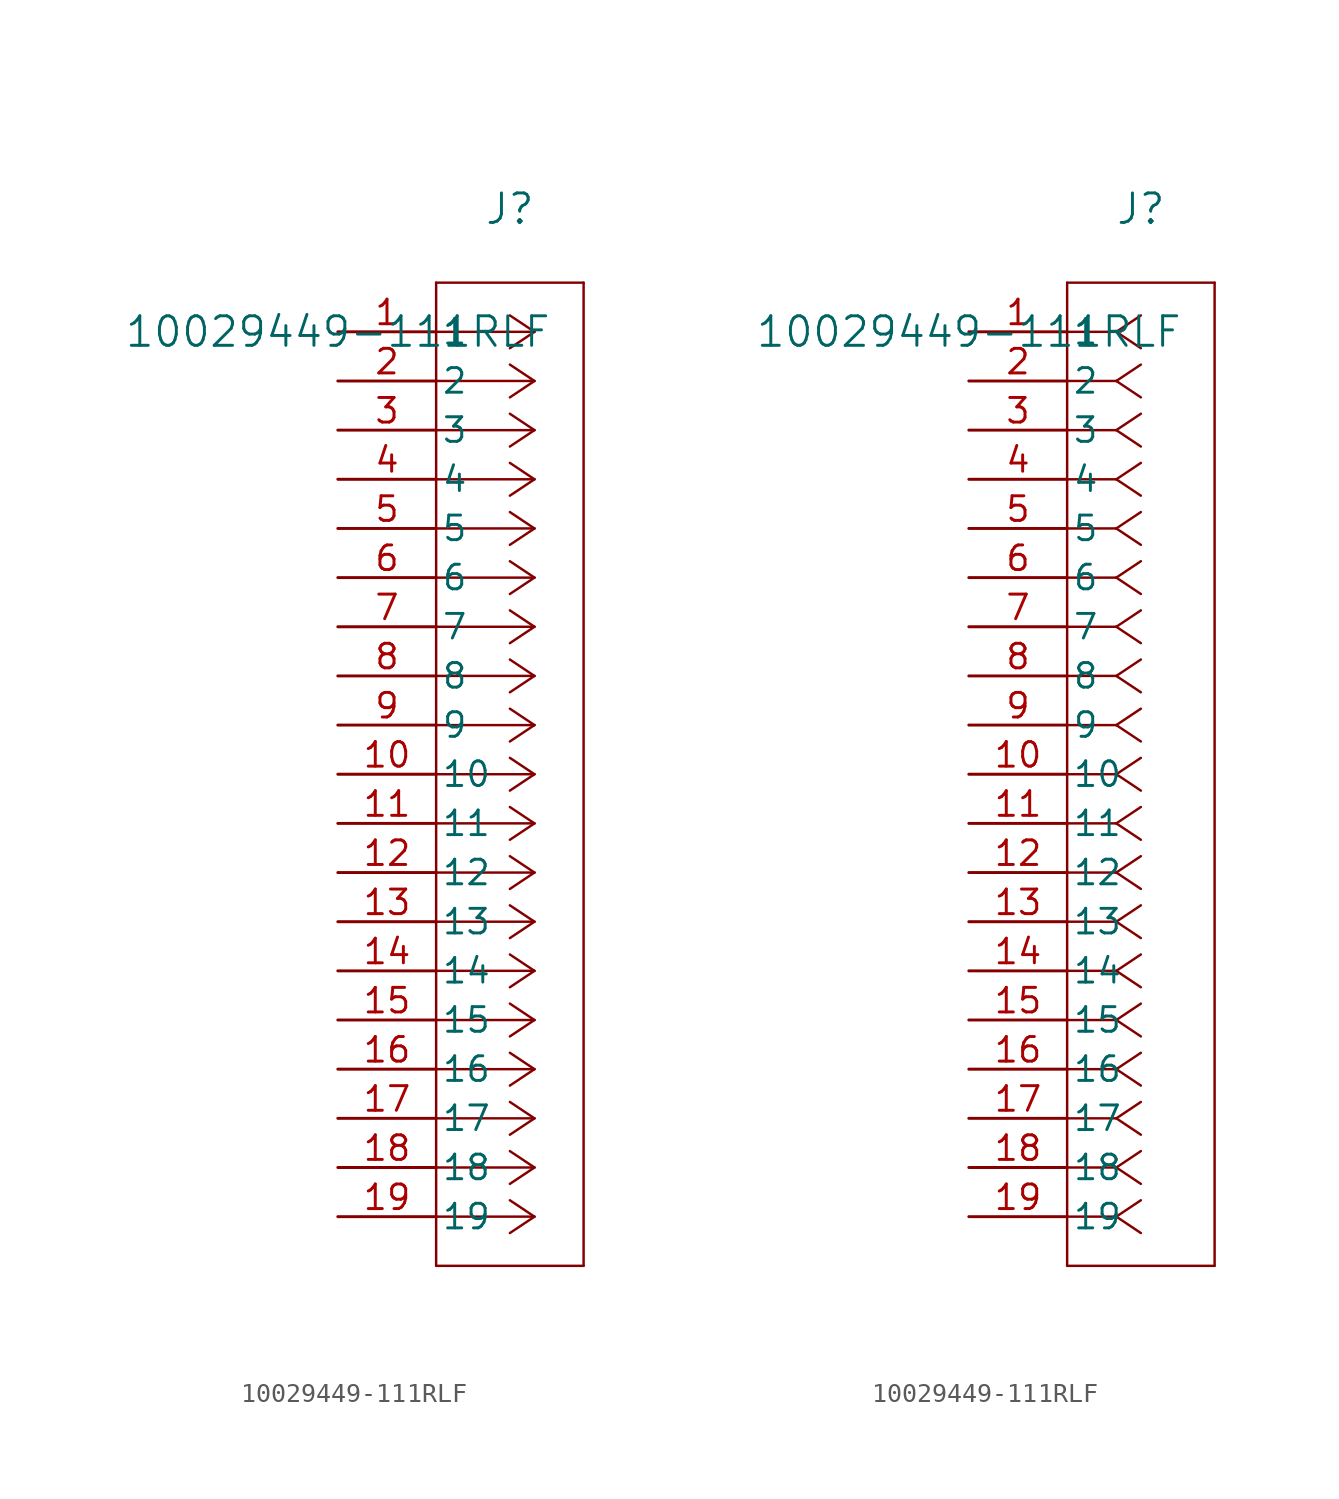
<source format=kicad_sym>
(kicad_symbol_lib
  (version 20211014)
  (generator kicad_symbol_editor)
  (symbol "10029449-111RLF"
    (pin_names
      (offset 0.254))
    (property "Reference" "J"
      (at 8.89 6.35 0)
      (effects (font (size 1.524 1.524))))
    (property "Value" "10029449-111RLF"
      (at 0 0 0)
      (effects (font (size 1.524 1.524))))
    (symbol "10029449-111RLF_1_1"
      (polyline (pts (xy 10.16 0) (xy 5.08 0)) (stroke (width 0.127) (type default) (color 0 0 0 0)) (fill (type none)))
      (polyline (pts (xy 10.16 -2.54) (xy 5.08 -2.54)) (stroke (width 0.127) (type default) (color 0 0 0 0)) (fill (type none)))
      (polyline (pts (xy 10.16 -5.08) (xy 5.08 -5.08)) (stroke (width 0.127) (type default) (color 0 0 0 0)) (fill (type none)))
      (polyline (pts (xy 10.16 -7.62) (xy 5.08 -7.62)) (stroke (width 0.127) (type default) (color 0 0 0 0)) (fill (type none)))
      (polyline (pts (xy 10.16 -10.16) (xy 5.08 -10.16)) (stroke (width 0.127) (type default) (color 0 0 0 0)) (fill (type none)))
      (polyline (pts (xy 10.16 -12.7) (xy 5.08 -12.7)) (stroke (width 0.127) (type default) (color 0 0 0 0)) (fill (type none)))
      (polyline (pts (xy 10.16 -15.24) (xy 5.08 -15.24)) (stroke (width 0.127) (type default) (color 0 0 0 0)) (fill (type none)))
      (polyline (pts (xy 10.16 -17.78) (xy 5.08 -17.78)) (stroke (width 0.127) (type default) (color 0 0 0 0)) (fill (type none)))
      (polyline (pts (xy 10.16 -20.32) (xy 5.08 -20.32)) (stroke (width 0.127) (type default) (color 0 0 0 0)) (fill (type none)))
      (polyline (pts (xy 10.16 -22.86) (xy 5.08 -22.86)) (stroke (width 0.127) (type default) (color 0 0 0 0)) (fill (type none)))
      (polyline (pts (xy 10.16 -25.4) (xy 5.08 -25.4)) (stroke (width 0.127) (type default) (color 0 0 0 0)) (fill (type none)))
      (polyline (pts (xy 10.16 -27.94) (xy 5.08 -27.94)) (stroke (width 0.127) (type default) (color 0 0 0 0)) (fill (type none)))
      (polyline (pts (xy 10.16 -30.48) (xy 5.08 -30.48)) (stroke (width 0.127) (type default) (color 0 0 0 0)) (fill (type none)))
      (polyline (pts (xy 10.16 -33.02) (xy 5.08 -33.02)) (stroke (width 0.127) (type default) (color 0 0 0 0)) (fill (type none)))
      (polyline (pts (xy 10.16 -35.56) (xy 5.08 -35.56)) (stroke (width 0.127) (type default) (color 0 0 0 0)) (fill (type none)))
      (polyline (pts (xy 10.16 -38.1) (xy 5.08 -38.1)) (stroke (width 0.127) (type default) (color 0 0 0 0)) (fill (type none)))
      (polyline (pts (xy 10.16 -40.64) (xy 5.08 -40.64)) (stroke (width 0.127) (type default) (color 0 0 0 0)) (fill (type none)))
      (polyline (pts (xy 10.16 -43.18) (xy 5.08 -43.18)) (stroke (width 0.127) (type default) (color 0 0 0 0)) (fill (type none)))
      (polyline (pts (xy 10.16 -45.72) (xy 5.08 -45.72)) (stroke (width 0.127) (type default) (color 0 0 0 0)) (fill (type none)))
      (polyline (pts (xy 10.16 0) (xy 8.89 0.847)) (stroke (width 0.127) (type default) (color 0 0 0 0)) (fill (type none)))
      (polyline (pts (xy 10.16 -2.54) (xy 8.89 -1.693)) (stroke (width 0.127) (type default) (color 0 0 0 0)) (fill (type none)))
      (polyline (pts (xy 10.16 -5.08) (xy 8.89 -4.233)) (stroke (width 0.127) (type default) (color 0 0 0 0)) (fill (type none)))
      (polyline (pts (xy 10.16 -7.62) (xy 8.89 -6.773)) (stroke (width 0.127) (type default) (color 0 0 0 0)) (fill (type none)))
      (polyline (pts (xy 10.16 -10.16) (xy 8.89 -9.313)) (stroke (width 0.127) (type default) (color 0 0 0 0)) (fill (type none)))
      (polyline (pts (xy 10.16 -12.7) (xy 8.89 -11.853)) (stroke (width 0.127) (type default) (color 0 0 0 0)) (fill (type none)))
      (polyline (pts (xy 10.16 -15.24) (xy 8.89 -14.393)) (stroke (width 0.127) (type default) (color 0 0 0 0)) (fill (type none)))
      (polyline (pts (xy 10.16 -17.78) (xy 8.89 -16.933)) (stroke (width 0.127) (type default) (color 0 0 0 0)) (fill (type none)))
      (polyline (pts (xy 10.16 -20.32) (xy 8.89 -19.473)) (stroke (width 0.127) (type default) (color 0 0 0 0)) (fill (type none)))
      (polyline (pts (xy 10.16 -22.86) (xy 8.89 -22.013)) (stroke (width 0.127) (type default) (color 0 0 0 0)) (fill (type none)))
      (polyline (pts (xy 10.16 -25.4) (xy 8.89 -24.553)) (stroke (width 0.127) (type default) (color 0 0 0 0)) (fill (type none)))
      (polyline (pts (xy 10.16 -27.94) (xy 8.89 -27.093)) (stroke (width 0.127) (type default) (color 0 0 0 0)) (fill (type none)))
      (polyline (pts (xy 10.16 -30.48) (xy 8.89 -29.633)) (stroke (width 0.127) (type default) (color 0 0 0 0)) (fill (type none)))
      (polyline (pts (xy 10.16 -33.02) (xy 8.89 -32.173)) (stroke (width 0.127) (type default) (color 0 0 0 0)) (fill (type none)))
      (polyline (pts (xy 10.16 -35.56) (xy 8.89 -34.713)) (stroke (width 0.127) (type default) (color 0 0 0 0)) (fill (type none)))
      (polyline (pts (xy 10.16 -38.1) (xy 8.89 -37.253)) (stroke (width 0.127) (type default) (color 0 0 0 0)) (fill (type none)))
      (polyline (pts (xy 10.16 -40.64) (xy 8.89 -39.793)) (stroke (width 0.127) (type default) (color 0 0 0 0)) (fill (type none)))
      (polyline (pts (xy 10.16 -43.18) (xy 8.89 -42.333)) (stroke (width 0.127) (type default) (color 0 0 0 0)) (fill (type none)))
      (polyline (pts (xy 10.16 -45.72) (xy 8.89 -44.873)) (stroke (width 0.127) (type default) (color 0 0 0 0)) (fill (type none)))
      (polyline (pts (xy 10.16 0) (xy 8.89 -0.847)) (stroke (width 0.127) (type default) (color 0 0 0 0)) (fill (type none)))
      (polyline (pts (xy 10.16 -2.54) (xy 8.89 -3.387)) (stroke (width 0.127) (type default) (color 0 0 0 0)) (fill (type none)))
      (polyline (pts (xy 10.16 -5.08) (xy 8.89 -5.927)) (stroke (width 0.127) (type default) (color 0 0 0 0)) (fill (type none)))
      (polyline (pts (xy 10.16 -7.62) (xy 8.89 -8.467)) (stroke (width 0.127) (type default) (color 0 0 0 0)) (fill (type none)))
      (polyline (pts (xy 10.16 -10.16) (xy 8.89 -11.007)) (stroke (width 0.127) (type default) (color 0 0 0 0)) (fill (type none)))
      (polyline (pts (xy 10.16 -12.7) (xy 8.89 -13.547)) (stroke (width 0.127) (type default) (color 0 0 0 0)) (fill (type none)))
      (polyline (pts (xy 10.16 -15.24) (xy 8.89 -16.087)) (stroke (width 0.127) (type default) (color 0 0 0 0)) (fill (type none)))
      (polyline (pts (xy 10.16 -17.78) (xy 8.89 -18.627)) (stroke (width 0.127) (type default) (color 0 0 0 0)) (fill (type none)))
      (polyline (pts (xy 10.16 -20.32) (xy 8.89 -21.167)) (stroke (width 0.127) (type default) (color 0 0 0 0)) (fill (type none)))
      (polyline (pts (xy 10.16 -22.86) (xy 8.89 -23.707)) (stroke (width 0.127) (type default) (color 0 0 0 0)) (fill (type none)))
      (polyline (pts (xy 10.16 -25.4) (xy 8.89 -26.247)) (stroke (width 0.127) (type default) (color 0 0 0 0)) (fill (type none)))
      (polyline (pts (xy 10.16 -27.94) (xy 8.89 -28.787)) (stroke (width 0.127) (type default) (color 0 0 0 0)) (fill (type none)))
      (polyline (pts (xy 10.16 -30.48) (xy 8.89 -31.327)) (stroke (width 0.127) (type default) (color 0 0 0 0)) (fill (type none)))
      (polyline (pts (xy 10.16 -33.02) (xy 8.89 -33.867)) (stroke (width 0.127) (type default) (color 0 0 0 0)) (fill (type none)))
      (polyline (pts (xy 10.16 -35.56) (xy 8.89 -36.407)) (stroke (width 0.127) (type default) (color 0 0 0 0)) (fill (type none)))
      (polyline (pts (xy 10.16 -38.1) (xy 8.89 -38.947)) (stroke (width 0.127) (type default) (color 0 0 0 0)) (fill (type none)))
      (polyline (pts (xy 10.16 -40.64) (xy 8.89 -41.487)) (stroke (width 0.127) (type default) (color 0 0 0 0)) (fill (type none)))
      (polyline (pts (xy 10.16 -43.18) (xy 8.89 -44.027)) (stroke (width 0.127) (type default) (color 0 0 0 0)) (fill (type none)))
      (polyline (pts (xy 10.16 -45.72) (xy 8.89 -46.567)) (stroke (width 0.127) (type default) (color 0 0 0 0)) (fill (type none)))
      (polyline (pts (xy 5.08 2.54) (xy 5.08 -48.26)) (stroke (width 0.127) (type default) (color 0 0 0 0)) (fill (type none)))
      (polyline (pts (xy 5.08 -48.26) (xy 12.7 -48.26)) (stroke (width 0.127) (type default) (color 0 0 0 0)) (fill (type none)))
      (polyline (pts (xy 12.7 -48.26) (xy 12.7 2.54)) (stroke (width 0.127) (type default) (color 0 0 0 0)) (fill (type none)))
      (polyline (pts (xy 12.7 2.54) (xy 5.08 2.54)) (stroke (width 0.127) (type default) (color 0 0 0 0)) (fill (type none)))
      (pin unspecified line (at 0 0 0) (length 5.08) (name "1" (effects (font (size 1.27 1.27)))) (number "1" (effects (font (size 1.27 1.27)))))
      (pin unspecified line (at 0 -2.54 0) (length 5.08) (name "2" (effects (font (size 1.27 1.27)))) (number "2" (effects (font (size 1.27 1.27)))))
      (pin unspecified line (at 0 -5.08 0) (length 5.08) (name "3" (effects (font (size 1.27 1.27)))) (number "3" (effects (font (size 1.27 1.27)))))
      (pin unspecified line (at 0 -7.62 0) (length 5.08) (name "4" (effects (font (size 1.27 1.27)))) (number "4" (effects (font (size 1.27 1.27)))))
      (pin unspecified line (at 0 -10.16 0) (length 5.08) (name "5" (effects (font (size 1.27 1.27)))) (number "5" (effects (font (size 1.27 1.27)))))
      (pin unspecified line (at 0 -12.7 0) (length 5.08) (name "6" (effects (font (size 1.27 1.27)))) (number "6" (effects (font (size 1.27 1.27)))))
      (pin unspecified line (at 0 -15.24 0) (length 5.08) (name "7" (effects (font (size 1.27 1.27)))) (number "7" (effects (font (size 1.27 1.27)))))
      (pin unspecified line (at 0 -17.78 0) (length 5.08) (name "8" (effects (font (size 1.27 1.27)))) (number "8" (effects (font (size 1.27 1.27)))))
      (pin unspecified line (at 0 -20.32 0) (length 5.08) (name "9" (effects (font (size 1.27 1.27)))) (number "9" (effects (font (size 1.27 1.27)))))
      (pin unspecified line (at 0 -22.86 0) (length 5.08) (name "10" (effects (font (size 1.27 1.27)))) (number "10" (effects (font (size 1.27 1.27)))))
      (pin unspecified line (at 0 -25.4 0) (length 5.08) (name "11" (effects (font (size 1.27 1.27)))) (number "11" (effects (font (size 1.27 1.27)))))
      (pin unspecified line (at 0 -27.94 0) (length 5.08) (name "12" (effects (font (size 1.27 1.27)))) (number "12" (effects (font (size 1.27 1.27)))))
      (pin unspecified line (at 0 -30.48 0) (length 5.08) (name "13" (effects (font (size 1.27 1.27)))) (number "13" (effects (font (size 1.27 1.27)))))
      (pin unspecified line (at 0 -33.02 0) (length 5.08) (name "14" (effects (font (size 1.27 1.27)))) (number "14" (effects (font (size 1.27 1.27)))))
      (pin unspecified line (at 0 -35.56 0) (length 5.08) (name "15" (effects (font (size 1.27 1.27)))) (number "15" (effects (font (size 1.27 1.27)))))
      (pin unspecified line (at 0 -38.1 0) (length 5.08) (name "16" (effects (font (size 1.27 1.27)))) (number "16" (effects (font (size 1.27 1.27)))))
      (pin unspecified line (at 0 -40.64 0) (length 5.08) (name "17" (effects (font (size 1.27 1.27)))) (number "17" (effects (font (size 1.27 1.27)))))
      (pin unspecified line (at 0 -43.18 0) (length 5.08) (name "18" (effects (font (size 1.27 1.27)))) (number "18" (effects (font (size 1.27 1.27)))))
      (pin unspecified line (at 0 -45.72 0) (length 5.08) (name "19" (effects (font (size 1.27 1.27)))) (number "19" (effects (font (size 1.27 1.27))))))
    (symbol "10029449-111RLF_1_2"
      (polyline (pts (xy 7.62 0) (xy 5.08 0)) (stroke (width 0.127) (type default) (color 0 0 0 0)) (fill (type none)))
      (polyline (pts (xy 7.62 -2.54) (xy 5.08 -2.54)) (stroke (width 0.127) (type default) (color 0 0 0 0)) (fill (type none)))
      (polyline (pts (xy 7.62 -5.08) (xy 5.08 -5.08)) (stroke (width 0.127) (type default) (color 0 0 0 0)) (fill (type none)))
      (polyline (pts (xy 7.62 -7.62) (xy 5.08 -7.62)) (stroke (width 0.127) (type default) (color 0 0 0 0)) (fill (type none)))
      (polyline (pts (xy 7.62 -10.16) (xy 5.08 -10.16)) (stroke (width 0.127) (type default) (color 0 0 0 0)) (fill (type none)))
      (polyline (pts (xy 7.62 -12.7) (xy 5.08 -12.7)) (stroke (width 0.127) (type default) (color 0 0 0 0)) (fill (type none)))
      (polyline (pts (xy 7.62 -15.24) (xy 5.08 -15.24)) (stroke (width 0.127) (type default) (color 0 0 0 0)) (fill (type none)))
      (polyline (pts (xy 7.62 -17.78) (xy 5.08 -17.78)) (stroke (width 0.127) (type default) (color 0 0 0 0)) (fill (type none)))
      (polyline (pts (xy 7.62 -20.32) (xy 5.08 -20.32)) (stroke (width 0.127) (type default) (color 0 0 0 0)) (fill (type none)))
      (polyline (pts (xy 7.62 -22.86) (xy 5.08 -22.86)) (stroke (width 0.127) (type default) (color 0 0 0 0)) (fill (type none)))
      (polyline (pts (xy 7.62 -25.4) (xy 5.08 -25.4)) (stroke (width 0.127) (type default) (color 0 0 0 0)) (fill (type none)))
      (polyline (pts (xy 7.62 -27.94) (xy 5.08 -27.94)) (stroke (width 0.127) (type default) (color 0 0 0 0)) (fill (type none)))
      (polyline (pts (xy 7.62 -30.48) (xy 5.08 -30.48)) (stroke (width 0.127) (type default) (color 0 0 0 0)) (fill (type none)))
      (polyline (pts (xy 7.62 -33.02) (xy 5.08 -33.02)) (stroke (width 0.127) (type default) (color 0 0 0 0)) (fill (type none)))
      (polyline (pts (xy 7.62 -35.56) (xy 5.08 -35.56)) (stroke (width 0.127) (type default) (color 0 0 0 0)) (fill (type none)))
      (polyline (pts (xy 7.62 -38.1) (xy 5.08 -38.1)) (stroke (width 0.127) (type default) (color 0 0 0 0)) (fill (type none)))
      (polyline (pts (xy 7.62 -40.64) (xy 5.08 -40.64)) (stroke (width 0.127) (type default) (color 0 0 0 0)) (fill (type none)))
      (polyline (pts (xy 7.62 -43.18) (xy 5.08 -43.18)) (stroke (width 0.127) (type default) (color 0 0 0 0)) (fill (type none)))
      (polyline (pts (xy 7.62 -45.72) (xy 5.08 -45.72)) (stroke (width 0.127) (type default) (color 0 0 0 0)) (fill (type none)))
      (polyline (pts (xy 7.62 0) (xy 8.89 0.847)) (stroke (width 0.127) (type default) (color 0 0 0 0)) (fill (type none)))
      (polyline (pts (xy 7.62 -2.54) (xy 8.89 -1.693)) (stroke (width 0.127) (type default) (color 0 0 0 0)) (fill (type none)))
      (polyline (pts (xy 7.62 -5.08) (xy 8.89 -4.233)) (stroke (width 0.127) (type default) (color 0 0 0 0)) (fill (type none)))
      (polyline (pts (xy 7.62 -7.62) (xy 8.89 -6.773)) (stroke (width 0.127) (type default) (color 0 0 0 0)) (fill (type none)))
      (polyline (pts (xy 7.62 -10.16) (xy 8.89 -9.313)) (stroke (width 0.127) (type default) (color 0 0 0 0)) (fill (type none)))
      (polyline (pts (xy 7.62 -12.7) (xy 8.89 -11.853)) (stroke (width 0.127) (type default) (color 0 0 0 0)) (fill (type none)))
      (polyline (pts (xy 7.62 -15.24) (xy 8.89 -14.393)) (stroke (width 0.127) (type default) (color 0 0 0 0)) (fill (type none)))
      (polyline (pts (xy 7.62 -17.78) (xy 8.89 -16.933)) (stroke (width 0.127) (type default) (color 0 0 0 0)) (fill (type none)))
      (polyline (pts (xy 7.62 -20.32) (xy 8.89 -19.473)) (stroke (width 0.127) (type default) (color 0 0 0 0)) (fill (type none)))
      (polyline (pts (xy 7.62 -22.86) (xy 8.89 -22.013)) (stroke (width 0.127) (type default) (color 0 0 0 0)) (fill (type none)))
      (polyline (pts (xy 7.62 -25.4) (xy 8.89 -24.553)) (stroke (width 0.127) (type default) (color 0 0 0 0)) (fill (type none)))
      (polyline (pts (xy 7.62 -27.94) (xy 8.89 -27.093)) (stroke (width 0.127) (type default) (color 0 0 0 0)) (fill (type none)))
      (polyline (pts (xy 7.62 -30.48) (xy 8.89 -29.633)) (stroke (width 0.127) (type default) (color 0 0 0 0)) (fill (type none)))
      (polyline (pts (xy 7.62 -33.02) (xy 8.89 -32.173)) (stroke (width 0.127) (type default) (color 0 0 0 0)) (fill (type none)))
      (polyline (pts (xy 7.62 -35.56) (xy 8.89 -34.713)) (stroke (width 0.127) (type default) (color 0 0 0 0)) (fill (type none)))
      (polyline (pts (xy 7.62 -38.1) (xy 8.89 -37.253)) (stroke (width 0.127) (type default) (color 0 0 0 0)) (fill (type none)))
      (polyline (pts (xy 7.62 -40.64) (xy 8.89 -39.793)) (stroke (width 0.127) (type default) (color 0 0 0 0)) (fill (type none)))
      (polyline (pts (xy 7.62 -43.18) (xy 8.89 -42.333)) (stroke (width 0.127) (type default) (color 0 0 0 0)) (fill (type none)))
      (polyline (pts (xy 7.62 -45.72) (xy 8.89 -44.873)) (stroke (width 0.127) (type default) (color 0 0 0 0)) (fill (type none)))
      (polyline (pts (xy 7.62 0) (xy 8.89 -0.847)) (stroke (width 0.127) (type default) (color 0 0 0 0)) (fill (type none)))
      (polyline (pts (xy 7.62 -2.54) (xy 8.89 -3.387)) (stroke (width 0.127) (type default) (color 0 0 0 0)) (fill (type none)))
      (polyline (pts (xy 7.62 -5.08) (xy 8.89 -5.927)) (stroke (width 0.127) (type default) (color 0 0 0 0)) (fill (type none)))
      (polyline (pts (xy 7.62 -7.62) (xy 8.89 -8.467)) (stroke (width 0.127) (type default) (color 0 0 0 0)) (fill (type none)))
      (polyline (pts (xy 7.62 -10.16) (xy 8.89 -11.007)) (stroke (width 0.127) (type default) (color 0 0 0 0)) (fill (type none)))
      (polyline (pts (xy 7.62 -12.7) (xy 8.89 -13.547)) (stroke (width 0.127) (type default) (color 0 0 0 0)) (fill (type none)))
      (polyline (pts (xy 7.62 -15.24) (xy 8.89 -16.087)) (stroke (width 0.127) (type default) (color 0 0 0 0)) (fill (type none)))
      (polyline (pts (xy 7.62 -17.78) (xy 8.89 -18.627)) (stroke (width 0.127) (type default) (color 0 0 0 0)) (fill (type none)))
      (polyline (pts (xy 7.62 -20.32) (xy 8.89 -21.167)) (stroke (width 0.127) (type default) (color 0 0 0 0)) (fill (type none)))
      (polyline (pts (xy 7.62 -22.86) (xy 8.89 -23.707)) (stroke (width 0.127) (type default) (color 0 0 0 0)) (fill (type none)))
      (polyline (pts (xy 7.62 -25.4) (xy 8.89 -26.247)) (stroke (width 0.127) (type default) (color 0 0 0 0)) (fill (type none)))
      (polyline (pts (xy 7.62 -27.94) (xy 8.89 -28.787)) (stroke (width 0.127) (type default) (color 0 0 0 0)) (fill (type none)))
      (polyline (pts (xy 7.62 -30.48) (xy 8.89 -31.327)) (stroke (width 0.127) (type default) (color 0 0 0 0)) (fill (type none)))
      (polyline (pts (xy 7.62 -33.02) (xy 8.89 -33.867)) (stroke (width 0.127) (type default) (color 0 0 0 0)) (fill (type none)))
      (polyline (pts (xy 7.62 -35.56) (xy 8.89 -36.407)) (stroke (width 0.127) (type default) (color 0 0 0 0)) (fill (type none)))
      (polyline (pts (xy 7.62 -38.1) (xy 8.89 -38.947)) (stroke (width 0.127) (type default) (color 0 0 0 0)) (fill (type none)))
      (polyline (pts (xy 7.62 -40.64) (xy 8.89 -41.487)) (stroke (width 0.127) (type default) (color 0 0 0 0)) (fill (type none)))
      (polyline (pts (xy 7.62 -43.18) (xy 8.89 -44.027)) (stroke (width 0.127) (type default) (color 0 0 0 0)) (fill (type none)))
      (polyline (pts (xy 7.62 -45.72) (xy 8.89 -46.567)) (stroke (width 0.127) (type default) (color 0 0 0 0)) (fill (type none)))
      (polyline (pts (xy 5.08 2.54) (xy 5.08 -48.26)) (stroke (width 0.127) (type default) (color 0 0 0 0)) (fill (type none)))
      (polyline (pts (xy 5.08 -48.26) (xy 12.7 -48.26)) (stroke (width 0.127) (type default) (color 0 0 0 0)) (fill (type none)))
      (polyline (pts (xy 12.7 -48.26) (xy 12.7 2.54)) (stroke (width 0.127) (type default) (color 0 0 0 0)) (fill (type none)))
      (polyline (pts (xy 12.7 2.54) (xy 5.08 2.54)) (stroke (width 0.127) (type default) (color 0 0 0 0)) (fill (type none)))
      (pin unspecified line (at 0 0 0) (length 5.08) (name "1" (effects (font (size 1.27 1.27)))) (number "1" (effects (font (size 1.27 1.27)))))
      (pin unspecified line (at 0 -2.54 0) (length 5.08) (name "2" (effects (font (size 1.27 1.27)))) (number "2" (effects (font (size 1.27 1.27)))))
      (pin unspecified line (at 0 -5.08 0) (length 5.08) (name "3" (effects (font (size 1.27 1.27)))) (number "3" (effects (font (size 1.27 1.27)))))
      (pin unspecified line (at 0 -7.62 0) (length 5.08) (name "4" (effects (font (size 1.27 1.27)))) (number "4" (effects (font (size 1.27 1.27)))))
      (pin unspecified line (at 0 -10.16 0) (length 5.08) (name "5" (effects (font (size 1.27 1.27)))) (number "5" (effects (font (size 1.27 1.27)))))
      (pin unspecified line (at 0 -12.7 0) (length 5.08) (name "6" (effects (font (size 1.27 1.27)))) (number "6" (effects (font (size 1.27 1.27)))))
      (pin unspecified line (at 0 -15.24 0) (length 5.08) (name "7" (effects (font (size 1.27 1.27)))) (number "7" (effects (font (size 1.27 1.27)))))
      (pin unspecified line (at 0 -17.78 0) (length 5.08) (name "8" (effects (font (size 1.27 1.27)))) (number "8" (effects (font (size 1.27 1.27)))))
      (pin unspecified line (at 0 -20.32 0) (length 5.08) (name "9" (effects (font (size 1.27 1.27)))) (number "9" (effects (font (size 1.27 1.27)))))
      (pin unspecified line (at 0 -22.86 0) (length 5.08) (name "10" (effects (font (size 1.27 1.27)))) (number "10" (effects (font (size 1.27 1.27)))))
      (pin unspecified line (at 0 -25.4 0) (length 5.08) (name "11" (effects (font (size 1.27 1.27)))) (number "11" (effects (font (size 1.27 1.27)))))
      (pin unspecified line (at 0 -27.94 0) (length 5.08) (name "12" (effects (font (size 1.27 1.27)))) (number "12" (effects (font (size 1.27 1.27)))))
      (pin unspecified line (at 0 -30.48 0) (length 5.08) (name "13" (effects (font (size 1.27 1.27)))) (number "13" (effects (font (size 1.27 1.27)))))
      (pin unspecified line (at 0 -33.02 0) (length 5.08) (name "14" (effects (font (size 1.27 1.27)))) (number "14" (effects (font (size 1.27 1.27)))))
      (pin unspecified line (at 0 -35.56 0) (length 5.08) (name "15" (effects (font (size 1.27 1.27)))) (number "15" (effects (font (size 1.27 1.27)))))
      (pin unspecified line (at 0 -38.1 0) (length 5.08) (name "16" (effects (font (size 1.27 1.27)))) (number "16" (effects (font (size 1.27 1.27)))))
      (pin unspecified line (at 0 -40.64 0) (length 5.08) (name "17" (effects (font (size 1.27 1.27)))) (number "17" (effects (font (size 1.27 1.27)))))
      (pin unspecified line (at 0 -43.18 0) (length 5.08) (name "18" (effects (font (size 1.27 1.27)))) (number "18" (effects (font (size 1.27 1.27)))))
      (pin unspecified line (at 0 -45.72 0) (length 5.08) (name "19" (effects (font (size 1.27 1.27)))) (number "19" (effects (font (size 1.27 1.27))))))))
</source>
